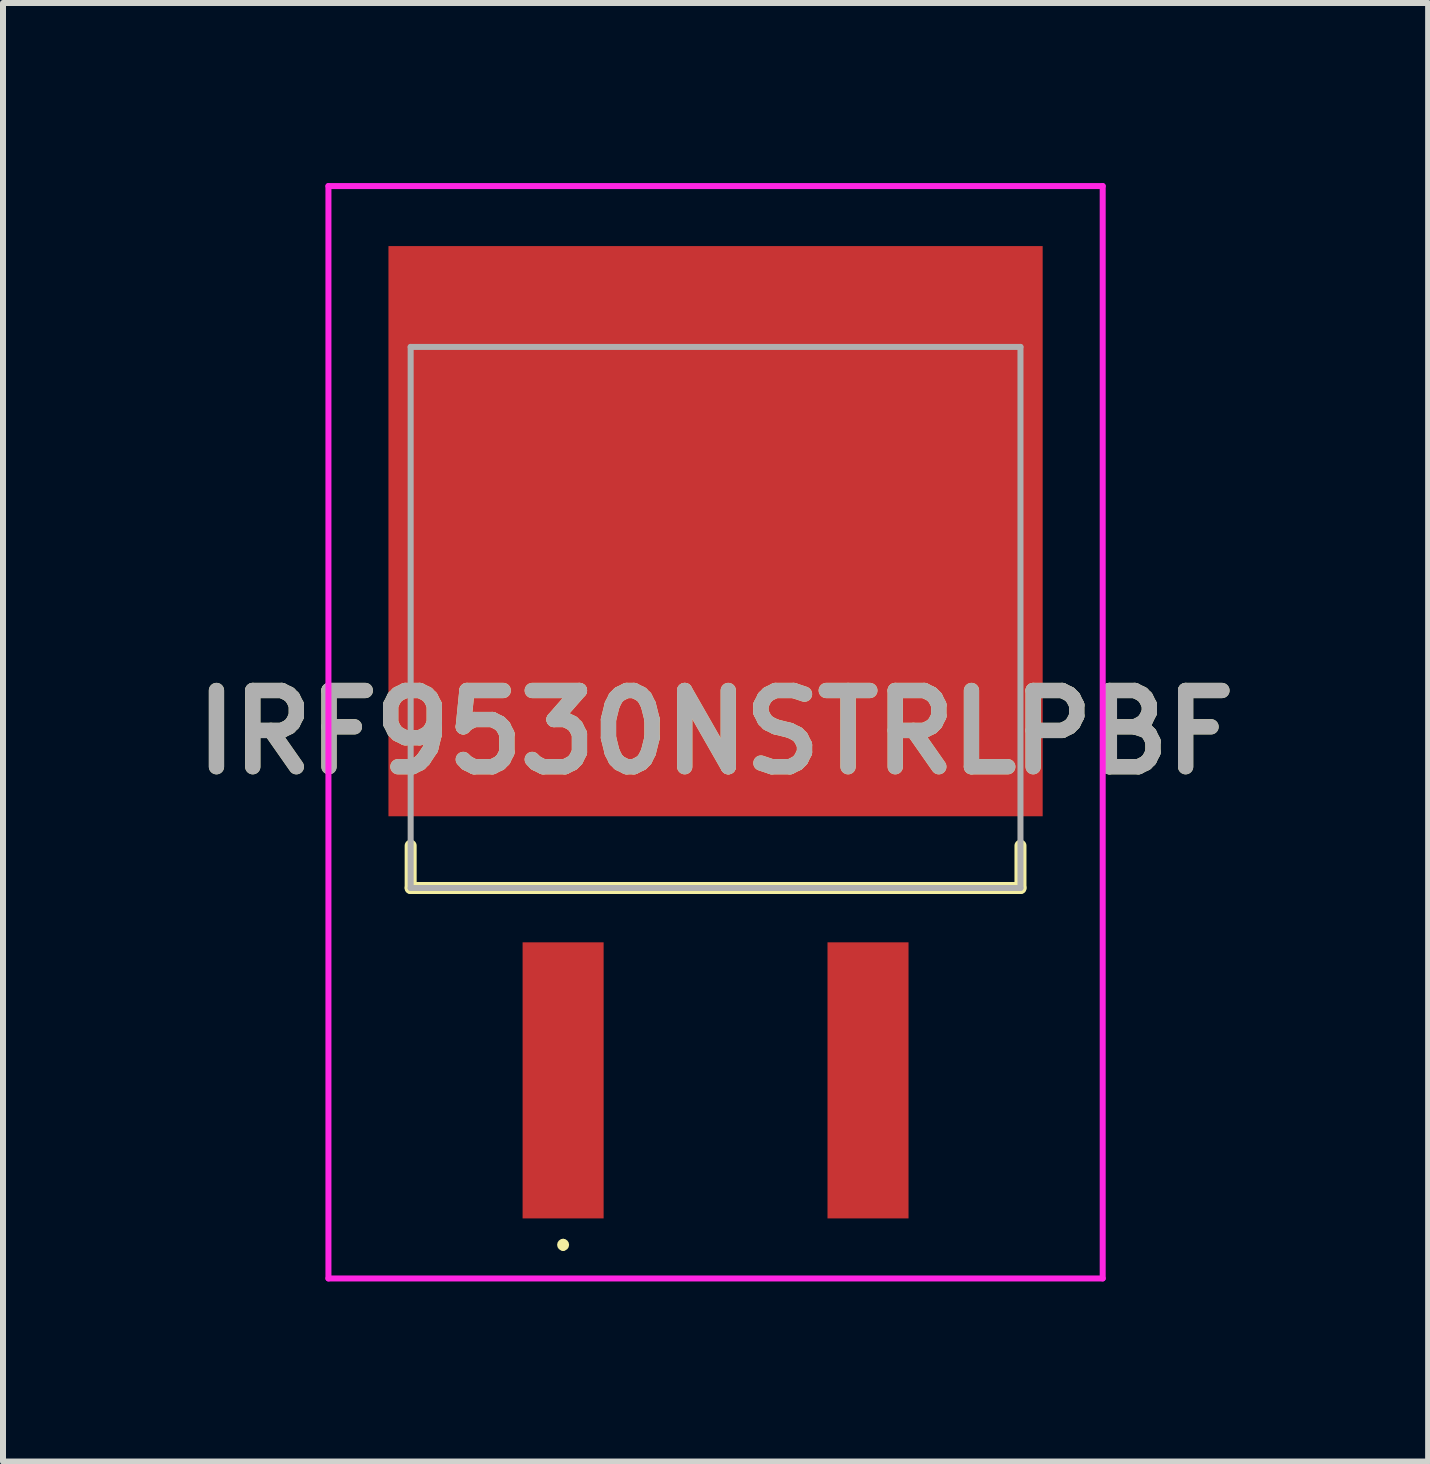
<source format=kicad_pcb>
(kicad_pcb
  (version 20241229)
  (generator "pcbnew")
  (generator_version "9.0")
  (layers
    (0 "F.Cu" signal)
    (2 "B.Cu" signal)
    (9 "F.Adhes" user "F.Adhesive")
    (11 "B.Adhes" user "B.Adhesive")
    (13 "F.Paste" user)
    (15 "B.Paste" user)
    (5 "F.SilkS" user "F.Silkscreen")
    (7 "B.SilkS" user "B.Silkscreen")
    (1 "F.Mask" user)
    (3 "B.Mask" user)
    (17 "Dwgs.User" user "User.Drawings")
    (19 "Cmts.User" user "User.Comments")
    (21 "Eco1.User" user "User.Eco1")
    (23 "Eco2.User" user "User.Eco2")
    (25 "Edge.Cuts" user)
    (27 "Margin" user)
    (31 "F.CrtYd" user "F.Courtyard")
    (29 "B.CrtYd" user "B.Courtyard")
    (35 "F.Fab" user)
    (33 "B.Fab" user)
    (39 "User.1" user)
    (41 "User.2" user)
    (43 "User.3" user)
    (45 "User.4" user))
  (footprint "IRF9530NSTRLPBF"
    (layer "F.Cu")
    (at 8.872 8.84)
    (property "Reference" "IRF9530NSTRLPBF" (at 0 0.31 0) (layer "F.SilkS") (effects (font (size 1.27 1.27) (thickness 0.254))))
    (attr smd)
    (fp_line (start -5.08 2.2) (end -5.08 2.905) (stroke (width 0.2) (type solid)) (layer "F.SilkS"))
    (fp_line (start -5.08 2.905) (end 5.08 2.905) (stroke (width 0.2) (type solid)) (layer "F.SilkS"))
    (fp_line (start -2.54 8.8) (end -2.54 8.8) (stroke (width 0.1) (type solid)) (layer "F.SilkS"))
    (fp_line (start -2.54 8.9) (end -2.54 8.9) (stroke (width 0.1) (type solid)) (layer "F.SilkS"))
    (fp_line (start 5.08 2.905) (end 5.08 2.2) (stroke (width 0.2) (type solid)) (layer "F.SilkS"))
    (fp_arc (start -2.54 8.8) (mid -2.49 8.85) (end -2.54 8.9) (stroke (width 0.1) (type solid)) (layer "F.SilkS"))
    (fp_arc (start -2.54 8.9) (mid -2.59 8.85) (end -2.54 8.8) (stroke (width 0.1) (type solid)) (layer "F.SilkS"))
    (fp_line (start -6.45 -8.79) (end 6.45 -8.79) (stroke (width 0.1) (type solid)) (layer "F.CrtYd"))
    (fp_line (start -6.45 9.41) (end -6.45 -8.79) (stroke (width 0.1) (type solid)) (layer "F.CrtYd"))
    (fp_line (start 6.45 -8.79) (end 6.45 9.41) (stroke (width 0.1) (type solid)) (layer "F.CrtYd"))
    (fp_line (start 6.45 9.41) (end -6.45 9.41) (stroke (width 0.1) (type solid)) (layer "F.CrtYd"))
    (fp_line (start -5.08 -6.11) (end 5.08 -6.11) (stroke (width 0.1) (type solid)) (layer "F.Fab"))
    (fp_line (start -5.08 2.905) (end -5.08 -6.11) (stroke (width 0.1) (type solid)) (layer "F.Fab"))
    (fp_line (start 5.08 -6.11) (end 5.08 2.905) (stroke (width 0.1) (type solid)) (layer "F.Fab"))
    (fp_line (start 5.08 2.905) (end -5.08 2.905) (stroke (width 0.1) (type solid)) (layer "F.Fab"))
    (fp_text user "${REFERENCE}" (at 0 0.31 0) (layer "F.Fab") (effects (font (size 1.27 1.27) (thickness 0.254))))
    (pad "1" smd rect (at -2.54 6.11) (size 1.35 4.6) (layers "F.Cu" "F.Mask" "F.Paste"))
    (pad "2" smd rect (at 0 -3.04 90) (size 9.5 10.9) (layers "F.Cu" "F.Mask" "F.Paste"))
    (pad "3" smd rect (at 2.54 6.11) (size 1.35 4.6) (layers "F.Cu" "F.Mask" "F.Paste")))
  (gr_rect
    (start -3 -3)
    (end 20.744 21.3)
    (stroke (width 0.1) (type default))
    (fill no)
    (layer "Edge.Cuts")))
</source>
